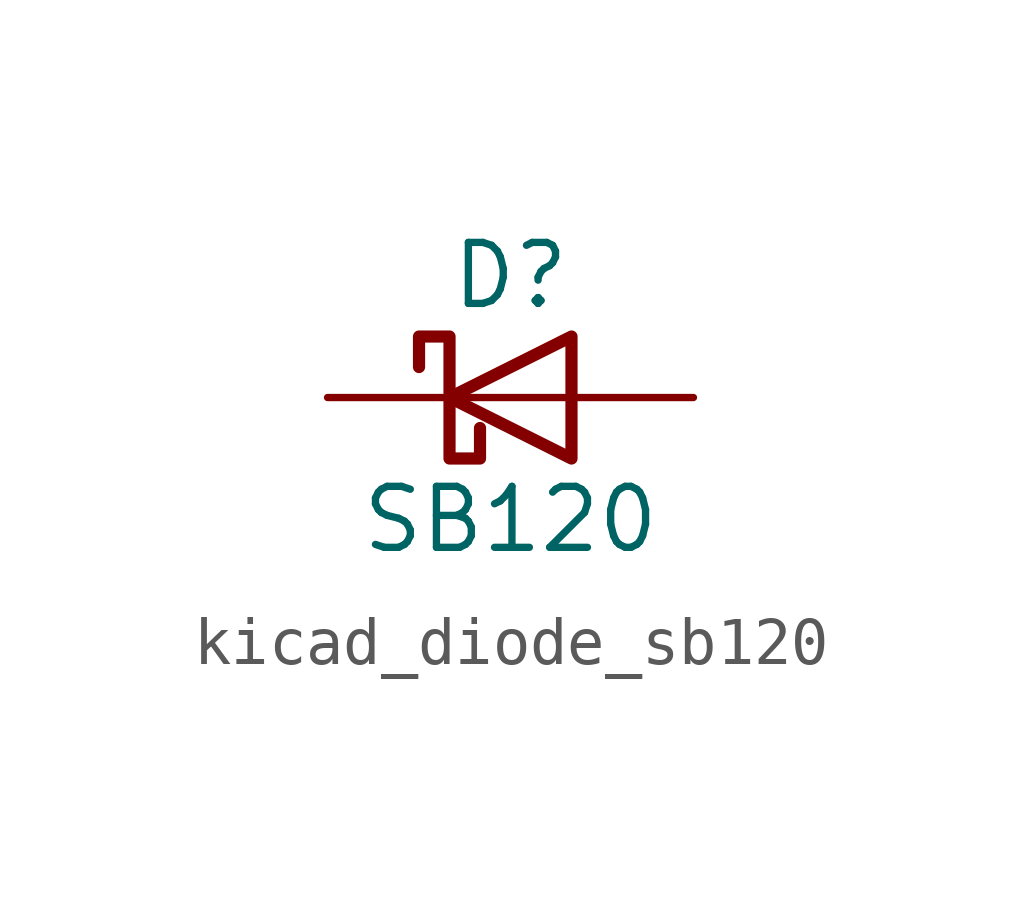
<source format=kicad_sym>
(kicad_symbol_lib
  (version 20220914)
  (generator kicad_symbol_editor)
  (symbol "kicad_diode_sb120"
    (pin_numbers hide)
    (pin_names
      (offset 1.016) hide)
    (property "Reference" "D"
      (at 0 2.54 0)
      (effects (font (size 1.27 1.27))))
    (property "Value" "SB120"
      (at 0 -2.54 0)
      (effects (font (size 1.27 1.27))))
    (symbol "kicad_diode_sb120_0_1"
      (polyline (pts (xy 1.27 0) (xy -1.27 0)) (stroke (width 0) (type default)) (fill (type none)))
      (polyline (pts (xy 1.27 1.27) (xy 1.27 -1.27) (xy -1.27 0) (xy 1.27 1.27)) (stroke (width 0.254) (type default)) (fill (type none)))
      (polyline (pts (xy -1.905 0.635) (xy -1.905 1.27) (xy -1.27 1.27) (xy -1.27 -1.27) (xy -0.635 -1.27) (xy -0.635 -0.635)) (stroke (width 0.254) (type default)) (fill (type none))))
    (symbol "kicad_diode_sb120_1_1"
      (pin passive line (at -3.81 0 0) (length 2.54) (name "K" (effects (font (size 1.27 1.27)))) (number "1" (effects (font (size 1.27 1.27)))))
      (pin passive line (at 3.81 0 180) (length 2.54) (name "A" (effects (font (size 1.27 1.27)))) (number "2" (effects (font (size 1.27 1.27))))))))
</source>
